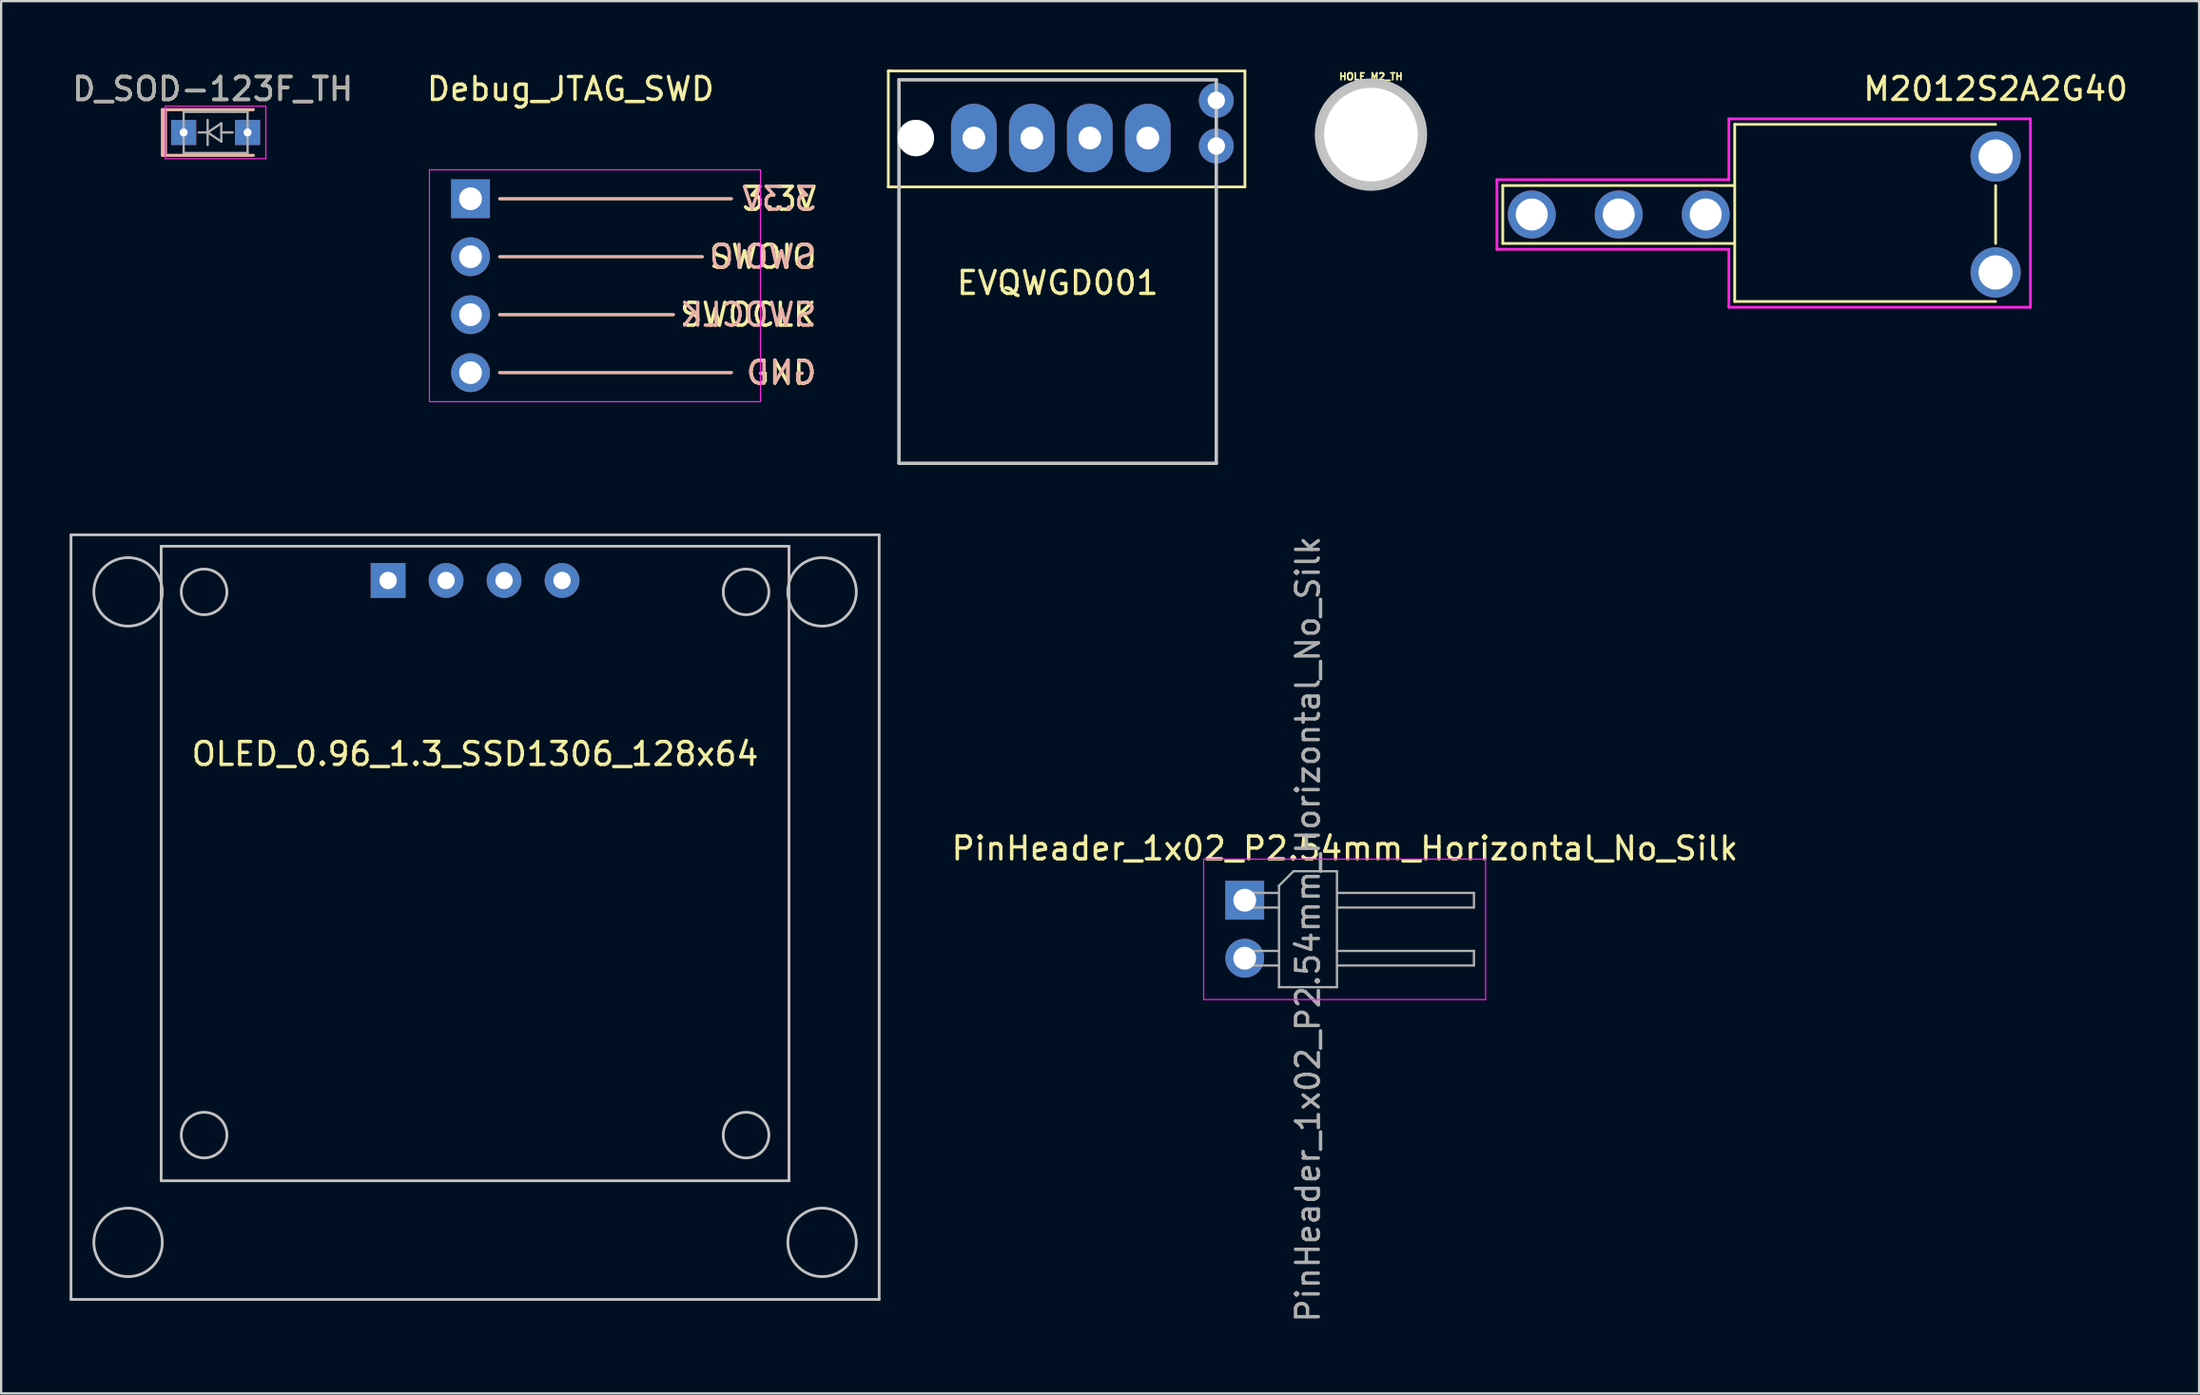
<source format=kicad_pcb>
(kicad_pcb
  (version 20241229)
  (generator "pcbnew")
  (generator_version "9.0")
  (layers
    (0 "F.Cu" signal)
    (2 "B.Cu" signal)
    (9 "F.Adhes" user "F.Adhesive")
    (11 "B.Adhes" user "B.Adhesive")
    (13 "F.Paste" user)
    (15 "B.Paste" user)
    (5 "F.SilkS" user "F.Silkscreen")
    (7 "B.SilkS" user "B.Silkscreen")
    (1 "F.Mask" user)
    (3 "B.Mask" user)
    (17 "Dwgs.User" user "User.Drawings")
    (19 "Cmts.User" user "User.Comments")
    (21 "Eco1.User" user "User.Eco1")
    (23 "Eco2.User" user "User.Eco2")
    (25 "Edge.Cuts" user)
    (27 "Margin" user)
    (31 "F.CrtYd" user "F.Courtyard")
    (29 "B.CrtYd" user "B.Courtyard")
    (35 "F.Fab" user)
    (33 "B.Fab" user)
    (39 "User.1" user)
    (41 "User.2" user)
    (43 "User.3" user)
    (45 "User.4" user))
  (footprint "M2012S2A2G40"
    (layer "F.Cu")
    (at 84.366 6.348)
    (property "Reference" "M2012S2A2G40" (at 0 -5.5 0) (layer "F.SilkS") (effects (font (size 1 1) (thickness 0.15))))
    (attr through_hole)
    (fp_line (start -21.59 -1.27) (end -21.59 1.27) (stroke (width 0.12) (type solid)) (layer "F.SilkS"))
    (fp_line (start -21.59 1.27) (end -11.43 1.27) (stroke (width 0.12) (type solid)) (layer "F.SilkS"))
    (fp_line (start -11.43 -3.95) (end -11.43 3.81) (stroke (width 0.12) (type solid)) (layer "F.SilkS"))
    (fp_line (start -11.43 -1.27) (end -21.59 -1.27) (stroke (width 0.12) (type solid)) (layer "F.SilkS"))
    (fp_line (start 0 -3.95) (end -11.43 -3.95) (stroke (width 0.12) (type solid)) (layer "F.SilkS"))
    (fp_line (start 0 -1.27) (end 0 1.27) (stroke (width 0.12) (type solid)) (layer "F.SilkS"))
    (fp_line (start 0 3.81) (end -11.43 3.81) (stroke (width 0.12) (type solid)) (layer "F.SilkS"))
    (fp_line (start -21.844 -1.524) (end -11.684 -1.524) (stroke (width 0.12) (type solid)) (layer "F.CrtYd"))
    (fp_line (start -21.844 1.524) (end -21.844 -1.524) (stroke (width 0.12) (type solid)) (layer "F.CrtYd"))
    (fp_line (start -11.684 -4.191) (end 1.524 -4.191) (stroke (width 0.12) (type solid)) (layer "F.CrtYd"))
    (fp_line (start -11.684 -1.524) (end -11.684 -4.191) (stroke (width 0.12) (type solid)) (layer "F.CrtYd"))
    (fp_line (start -11.684 1.524) (end -21.844 1.524) (stroke (width 0.12) (type solid)) (layer "F.CrtYd"))
    (fp_line (start -11.684 4.064) (end -11.684 1.524) (stroke (width 0.12) (type solid)) (layer "F.CrtYd"))
    (fp_line (start 1.524 -4.191) (end 1.524 4.064) (stroke (width 0.12) (type solid)) (layer "F.CrtYd"))
    (fp_line (start 1.524 4.064) (end -11.684 4.064) (stroke (width 0.12) (type solid)) (layer "F.CrtYd"))
    (pad "" thru_hole circle (at 0 -2.54) (size 2.2 2.2) (drill 1.5) (layers "*.Cu" "*.Mask"))
    (pad "" thru_hole circle (at 0 2.54) (size 2.2 2.2) (drill 1.5) (layers "*.Cu" "*.Mask"))
    (pad "1" thru_hole circle (at -12.7 0) (size 2.1 2.1) (drill 1.4) (layers "*.Cu" "*.Mask"))
    (pad "2" thru_hole circle (at -16.51 0) (size 2.1 2.1) (drill 1.4) (layers "*.Cu" "*.Mask"))
    (pad "3" thru_hole circle (at -20.32 0) (size 2.1 2.1) (drill 1.4) (layers "*.Cu" "*.Mask")))
  (footprint "OLED_0.96_1.3_SSD1306_128x64"
    (layer "F.Cu")
    (at 17.76 22.383)
    (property "Reference" "OLED_0.96_1.3_SSD1306_128x64" (at 0 7.6 0) (layer "F.SilkS") (effects (font (size 1 1) (thickness 0.15))))
    (attr through_hole)
    (fp_line (start -17.7 -2) (end -17.7 31.5) (stroke (width 0.12) (type solid)) (layer "Dwgs.User"))
    (fp_line (start -17.7 -2) (end 17.7 -2) (stroke (width 0.12) (type solid)) (layer "Dwgs.User"))
    (fp_line (start -17.7 31.5) (end 17.7 31.5) (stroke (width 0.12) (type solid)) (layer "Dwgs.User"))
    (fp_line (start -13.75 -1.5) (end 13.75 -1.5) (stroke (width 0.12) (type solid)) (layer "Dwgs.User"))
    (fp_line (start -13.75 26.3) (end -13.75 -1.5) (stroke (width 0.12) (type solid)) (layer "Dwgs.User"))
    (fp_line (start -13.75 26.3) (end 13.75 26.3) (stroke (width 0.12) (type solid)) (layer "Dwgs.User"))
    (fp_line (start 13.75 26.3) (end 13.75 -1.5) (stroke (width 0.12) (type solid)) (layer "Dwgs.User"))
    (fp_line (start 17.7 -2) (end 17.7 31.5) (stroke (width 0.12) (type solid)) (layer "Dwgs.User"))
    (fp_circle (center -15.2 0.5) (end -13.7 0.5) (stroke (width 0.12) (type solid)) (fill no) (layer "Dwgs.User"))
    (fp_circle (center -15.2 29) (end -13.7 29) (stroke (width 0.12) (type solid)) (fill no) (layer "Dwgs.User"))
    (fp_circle (center -11.87 0.5) (end -10.87 0.5) (stroke (width 0.12) (type solid)) (fill no) (layer "Dwgs.User"))
    (fp_circle (center -11.87 24.3) (end -10.87 24.3) (stroke (width 0.12) (type solid)) (fill no) (layer "Dwgs.User"))
    (fp_circle (center 11.87 0.5) (end 12.87 0.5) (stroke (width 0.12) (type solid)) (fill no) (layer "Dwgs.User"))
    (fp_circle (center 11.87 24.3) (end 12.87 24.3) (stroke (width 0.12) (type solid)) (fill no) (layer "Dwgs.User"))
    (fp_circle (center 15.2 0.5) (end 16.7 0.5) (stroke (width 0.12) (type solid)) (fill no) (layer "Dwgs.User"))
    (fp_circle (center 15.2 29) (end 16.7 29) (stroke (width 0.12) (type solid)) (fill no) (layer "Dwgs.User"))
    (pad "1" thru_hole rect (at -3.81 0) (size 1.524 1.524) (drill 0.762) (layers "*.Cu" "*.Mask"))
    (pad "2" thru_hole circle (at -1.27 0) (size 1.524 1.524) (drill 0.762) (layers "*.Cu" "*.Mask"))
    (pad "3" thru_hole circle (at 1.27 0) (size 1.524 1.524) (drill 0.762) (layers "*.Cu" "*.Mask"))
    (pad "4" thru_hole circle (at 3.81 0) (size 1.524 1.524) (drill 0.762) (layers "*.Cu" "*.Mask")))
  (footprint "HOLE_M2_TH"
    (layer "F.Cu")
    (at 57.002 2.847)
    (property "Reference" "HOLE_M2_TH" (at 0 -2.54 0) (layer "F.SilkS") (effects (font (size 0.3 0.3) (thickness 0.076))))
    (attr through_hole)
    (fp_circle (center 0 0) (end 2.4 0) (stroke (width 0.12) (type solid)) (fill no) (layer "Dwgs.User"))
    (pad "" thru_hole circle (at 0 0 90) (size 4.7 4.7) (drill 4.1) (layers "*.Cu" "*.Mask" "Dwgs.User")))
  (footprint "EVQWGD001"
    (layer "F.Cu")
    (at 43.278 8.848)
    (property "Reference" "EVQWGD001" (at 0 0.5 0) (layer "F.SilkS") (effects (font (size 1 1) (thickness 0.15))))
    (attr through_hole)
    (fp_line (start -7.417 -8.788) (end -7.315 -8.788) (stroke (width 0.12) (type solid)) (layer "F.SilkS"))
    (fp_line (start -7.417 -3.708) (end -7.417 -8.788) (stroke (width 0.12) (type solid)) (layer "F.SilkS"))
    (fp_line (start -7.315 -8.788) (end 8.204 -8.788) (stroke (width 0.12) (type solid)) (layer "F.SilkS"))
    (fp_line (start 8.204 -8.788) (end 8.204 -3.708) (stroke (width 0.12) (type solid)) (layer "F.SilkS"))
    (fp_line (start 8.204 -3.708) (end -7.417 -3.708) (stroke (width 0.12) (type solid)) (layer "F.SilkS"))
    (fp_line (start -6.95 -8.4) (end -6.95 8.4) (stroke (width 0.15) (type solid)) (layer "Dwgs.User"))
    (fp_line (start -6.95 -8.4) (end 6.95 -8.4) (stroke (width 0.15) (type solid)) (layer "Dwgs.User"))
    (fp_line (start -6.95 8.4) (end 6.95 8.4) (stroke (width 0.15) (type solid)) (layer "Dwgs.User"))
    (fp_line (start 6.95 -8.4) (end 6.95 8.4) (stroke (width 0.15) (type solid)) (layer "Dwgs.User"))
    (pad "" np_thru_hole circle (at -6.21 -5.85) (size 1.6 1.6) (drill 1.6) (layers "*.Cu" "*.Mask"))
    (pad "A" thru_hole oval (at 3.95 -5.85) (size 2 3) (drill 1) (layers "*.Cu" "*.Mask"))
    (pad "B" thru_hole oval (at 1.41 -5.85) (size 2 3) (drill 1) (layers "*.Cu" "*.Mask"))
    (pad "C" thru_hole oval (at -1.13 -5.85) (size 2 3) (drill 1) (layers "*.Cu" "*.Mask"))
    (pad "NC" thru_hole oval (at -3.67 -5.85) (size 2 3) (drill 1) (layers "*.Cu" "*.Mask"))
    (pad "S1" thru_hole circle (at 6.95 -7.5) (size 1.524 1.524) (drill 0.762) (layers "*.Cu" "*.Mask"))
    (pad "S2" thru_hole oval (at 6.95 -5.5) (size 1.524 1.524) (drill 0.762) (layers "*.Cu" "*.Mask")))
  (footprint "PinHeader_1x02_P2.54mm_Horizontal_No_Silk"
    (layer "F.Cu")
    (at 51.474 37.663)
    (property "Reference" "PinHeader_1x02_P2.54mm_Horizontal_No_Silk" (at 4.385 -3.54 0) (layer "F.SilkS") (effects (font (size 1 1) (thickness 0.15))))
    (attr through_hole)
    (fp_line (start -1.8 -3.07) (end -1.8 3.08) (stroke (width 0.05) (type solid)) (layer "F.CrtYd"))
    (fp_line (start -1.8 3.08) (end 10.55 3.08) (stroke (width 0.05) (type solid)) (layer "F.CrtYd"))
    (fp_line (start 10.55 -3.07) (end -1.8 -3.07) (stroke (width 0.05) (type solid)) (layer "F.CrtYd"))
    (fp_line (start 10.55 3.08) (end 10.55 -3.07) (stroke (width 0.05) (type solid)) (layer "F.CrtYd"))
    (fp_line (start -0.32 -1.59) (end -0.32 -0.95) (stroke (width 0.1) (type solid)) (layer "F.Fab"))
    (fp_line (start -0.32 -1.59) (end 1.5 -1.59) (stroke (width 0.1) (type solid)) (layer "F.Fab"))
    (fp_line (start -0.32 -0.95) (end 1.5 -0.95) (stroke (width 0.1) (type solid)) (layer "F.Fab"))
    (fp_line (start -0.32 0.95) (end -0.32 1.59) (stroke (width 0.1) (type solid)) (layer "F.Fab"))
    (fp_line (start -0.32 0.95) (end 1.5 0.95) (stroke (width 0.1) (type solid)) (layer "F.Fab"))
    (fp_line (start -0.32 1.59) (end 1.5 1.59) (stroke (width 0.1) (type solid)) (layer "F.Fab"))
    (fp_line (start 1.5 -1.905) (end 2.135 -2.54) (stroke (width 0.1) (type solid)) (layer "F.Fab"))
    (fp_line (start 1.5 2.54) (end 1.5 -1.905) (stroke (width 0.1) (type solid)) (layer "F.Fab"))
    (fp_line (start 2.135 -2.54) (end 4.04 -2.54) (stroke (width 0.1) (type solid)) (layer "F.Fab"))
    (fp_line (start 4.04 -2.54) (end 4.04 2.54) (stroke (width 0.1) (type solid)) (layer "F.Fab"))
    (fp_line (start 4.04 -1.59) (end 10.04 -1.59) (stroke (width 0.1) (type solid)) (layer "F.Fab"))
    (fp_line (start 4.04 -0.95) (end 10.04 -0.95) (stroke (width 0.1) (type solid)) (layer "F.Fab"))
    (fp_line (start 4.04 0.95) (end 10.04 0.95) (stroke (width 0.1) (type solid)) (layer "F.Fab"))
    (fp_line (start 4.04 1.59) (end 10.04 1.59) (stroke (width 0.1) (type solid)) (layer "F.Fab"))
    (fp_line (start 4.04 2.54) (end 1.5 2.54) (stroke (width 0.1) (type solid)) (layer "F.Fab"))
    (fp_line (start 10.04 -1.59) (end 10.04 -0.95) (stroke (width 0.1) (type solid)) (layer "F.Fab"))
    (fp_line (start 10.04 0.95) (end 10.04 1.59) (stroke (width 0.1) (type solid)) (layer "F.Fab"))
    (fp_text user "${REFERENCE}" (at 2.77 0 90) (layer "F.Fab") (effects (font (size 1 1) (thickness 0.15))))
    (pad "1" thru_hole rect (at 0 -1.27) (size 1.7 1.7) (drill 1) (layers "*.Cu" "*.Mask"))
    (pad "2" thru_hole oval (at 0 1.27) (size 1.7 1.7) (drill 1) (layers "*.Cu" "*.Mask")))
  (footprint "Debug_JTAG_SWD"
    (layer "F.Cu")
    (at 17.561 9.468)
    (property "Reference" "Debug_JTAG_SWD" (at 4.385 -8.62 180) (layer "F.SilkS") (effects (font (size 1 1) (thickness 0.15))))
    (attr through_hole)
    (fp_line (start 8.89 1.27) (end 1.27 1.27) (stroke (width 0.12) (type solid)) (layer "F.SilkS"))
    (fp_line (start 10.16 -1.27) (end 1.27 -1.27) (stroke (width 0.12) (type solid)) (layer "F.SilkS"))
    (fp_line (start 11.43 -3.81) (end 1.27 -3.81) (stroke (width 0.12) (type solid)) (layer "F.SilkS"))
    (fp_line (start 11.43 3.81) (end 1.27 3.81) (stroke (width 0.12) (type solid)) (layer "F.SilkS"))
    (fp_line (start 8.89 1.27) (end 1.27 1.27) (stroke (width 0.12) (type solid)) (layer "B.SilkS"))
    (fp_line (start 10.16 -1.27) (end 1.27 -1.27) (stroke (width 0.12) (type solid)) (layer "B.SilkS"))
    (fp_line (start 11.43 -3.81) (end 1.27 -3.81) (stroke (width 0.12) (type solid)) (layer "B.SilkS"))
    (fp_line (start 11.43 3.81) (end 1.27 3.81) (stroke (width 0.12) (type solid)) (layer "B.SilkS"))
    (fp_line (start -1.8 -5.08) (end -1.8 5.08) (stroke (width 0.05) (type solid)) (layer "F.CrtYd"))
    (fp_line (start -1.8 5.08) (end 12.7 5.08) (stroke (width 0.05) (type solid)) (layer "F.CrtYd"))
    (fp_line (start 12.7 -5.08) (end -1.8 -5.08) (stroke (width 0.05) (type solid)) (layer "F.CrtYd"))
    (fp_line (start 12.7 5.08) (end 12.7 -5.08) (stroke (width 0.05) (type solid)) (layer "F.CrtYd"))
    (fp_line (start -0.32 -4.13) (end -0.32 -3.49) (stroke (width 0.1) (type solid)) (layer "F.Fab"))
    (fp_line (start -0.32 -1.59) (end -0.32 -0.95) (stroke (width 0.1) (type solid)) (layer "F.Fab"))
    (fp_line (start -0.32 0.95) (end -0.32 1.59) (stroke (width 0.1) (type solid)) (layer "F.Fab"))
    (fp_line (start -0.32 3.49) (end -0.32 4.13) (stroke (width 0.1) (type solid)) (layer "F.Fab"))
    (fp_text user "3.3V" (at 15.24 -3.81 0) (layer "F.SilkS") (effects (font (size 1 1) (thickness 0.15)) (justify right)))
    (fp_text user "SWOCLK" (at 15.24 1.27 0) (layer "F.SilkS") (effects (font (size 1 1) (thickness 0.15)) (justify right)))
    (fp_text user "SWOIO" (at 15.24 -1.27 0) (layer "F.SilkS") (effects (font (size 1 1) (thickness 0.15)) (justify right)))
    (fp_text user "GND" (at 15.24 3.81 0) (layer "F.SilkS") (effects (font (size 1 1) (thickness 0.15)) (justify right)))
    (fp_text user "3.3V" (at 15.24 -3.81 0) (layer "B.SilkS") (effects (font (size 1 1) (thickness 0.15)) (justify left mirror)))
    (fp_text user "SWOCLK" (at 15.24 1.27 0) (layer "B.SilkS") (effects (font (size 1 1) (thickness 0.15)) (justify left mirror)))
    (fp_text user "GND" (at 15.24 3.81 0) (layer "B.SilkS") (effects (font (size 1 1) (thickness 0.15)) (justify left mirror)))
    (fp_text user "SWOIO" (at 15.24 -1.27 0) (layer "B.SilkS") (effects (font (size 1 1) (thickness 0.15)) (justify left mirror)))
    (pad "1" thru_hole rect (at 0 -3.81) (size 1.7 1.7) (drill 1) (layers "*.Cu" "*.Mask"))
    (pad "2" thru_hole oval (at 0 -1.27) (size 1.7 1.7) (drill 1) (layers "*.Cu" "*.Mask"))
    (pad "3" thru_hole oval (at 0 1.27) (size 1.7 1.7) (drill 1) (layers "*.Cu" "*.Mask"))
    (pad "4" thru_hole oval (at 0 3.81) (size 1.7 1.7) (drill 1) (layers "*.Cu" "*.Mask")))
  (footprint "D_SOD-123F_TH"
    (layer "F.Cu")
    (at 6.395 2.753)
    (property "Reference" "D_SOD-123F_TH" (at -0.127 -1.905 0) (layer "F.SilkS") (effects (font (size 1 1) (thickness 0.15))))
    (attr smd)
    (fp_line (start -2.327 -1) (end -2.327 1) (stroke (width 0.12) (type solid)) (layer "F.SilkS"))
    (fp_line (start -2.327 -1) (end 1.65 -1) (stroke (width 0.12) (type solid)) (layer "F.SilkS"))
    (fp_line (start -2.327 1) (end 1.65 1) (stroke (width 0.12) (type solid)) (layer "F.SilkS"))
    (fp_line (start -2.264 -1) (end -2.264 1) (stroke (width 0.12) (type solid)) (layer "F.SilkS"))
    (fp_line (start -2.2 -1) (end -2.2 1) (stroke (width 0.12) (type solid)) (layer "F.SilkS"))
    (fp_line (start -2.327 -1) (end 1.65 -1) (stroke (width 0.12) (type solid)) (layer "B.SilkS"))
    (fp_line (start -2.327 1) (end -2.327 -1) (stroke (width 0.12) (type solid)) (layer "B.SilkS"))
    (fp_line (start -2.327 1) (end 1.65 1) (stroke (width 0.12) (type solid)) (layer "B.SilkS"))
    (fp_line (start -2.264 1) (end -2.264 -1) (stroke (width 0.12) (type solid)) (layer "B.SilkS"))
    (fp_line (start -2.2 1) (end -2.2 -1) (stroke (width 0.12) (type solid)) (layer "B.SilkS"))
    (fp_line (start -2.2 -1.15) (end -2.2 1.15) (stroke (width 0.05) (type solid)) (layer "F.CrtYd"))
    (fp_line (start -2.2 -1.15) (end 2.2 -1.15) (stroke (width 0.05) (type solid)) (layer "F.CrtYd"))
    (fp_line (start 2.2 -1.15) (end 2.2 1.15) (stroke (width 0.05) (type solid)) (layer "F.CrtYd"))
    (fp_line (start 2.2 1.15) (end -2.2 1.15) (stroke (width 0.05) (type solid)) (layer "F.CrtYd"))
    (fp_line (start -1.4 -0.9) (end 1.4 -0.9) (stroke (width 0.1) (type solid)) (layer "F.Fab"))
    (fp_line (start -1.4 0.9) (end -1.4 -0.9) (stroke (width 0.1) (type solid)) (layer "F.Fab"))
    (fp_line (start -0.75 0) (end -0.35 0) (stroke (width 0.1) (type solid)) (layer "F.Fab"))
    (fp_line (start -0.35 0) (end -0.35 -0.55) (stroke (width 0.1) (type solid)) (layer "F.Fab"))
    (fp_line (start -0.35 0) (end -0.35 0.55) (stroke (width 0.1) (type solid)) (layer "F.Fab"))
    (fp_line (start -0.35 0) (end 0.25 -0.4) (stroke (width 0.1) (type solid)) (layer "F.Fab"))
    (fp_line (start 0.25 -0.4) (end 0.25 0.4) (stroke (width 0.1) (type solid)) (layer "F.Fab"))
    (fp_line (start 0.25 0) (end 0.75 0) (stroke (width 0.1) (type solid)) (layer "F.Fab"))
    (fp_line (start 0.25 0.4) (end -0.35 0) (stroke (width 0.1) (type solid)) (layer "F.Fab"))
    (fp_line (start 1.4 -0.9) (end 1.4 0.9) (stroke (width 0.1) (type solid)) (layer "F.Fab"))
    (fp_line (start 1.4 0.9) (end -1.4 0.9) (stroke (width 0.1) (type solid)) (layer "F.Fab"))
    (fp_text user "${REFERENCE}" (at -0.127 -1.905 0) (layer "F.Fab") (effects (font (size 1 1) (thickness 0.15))))
    (pad "1" thru_hole rect (at -1.4 0) (size 1.1 1.1) (drill 0.35) (layers "*.Cu" "*.Mask"))
    (pad "2" thru_hole rect (at 1.4 0) (size 1.1 1.1) (drill 0.35) (layers "*.Cu" "*.Mask")))
  (gr_rect
    (start -3 -3)
    (end 93.277 58.002)
    (stroke (width 0.1) (type default))
    (fill no)
    (layer "Edge.Cuts")))
</source>
